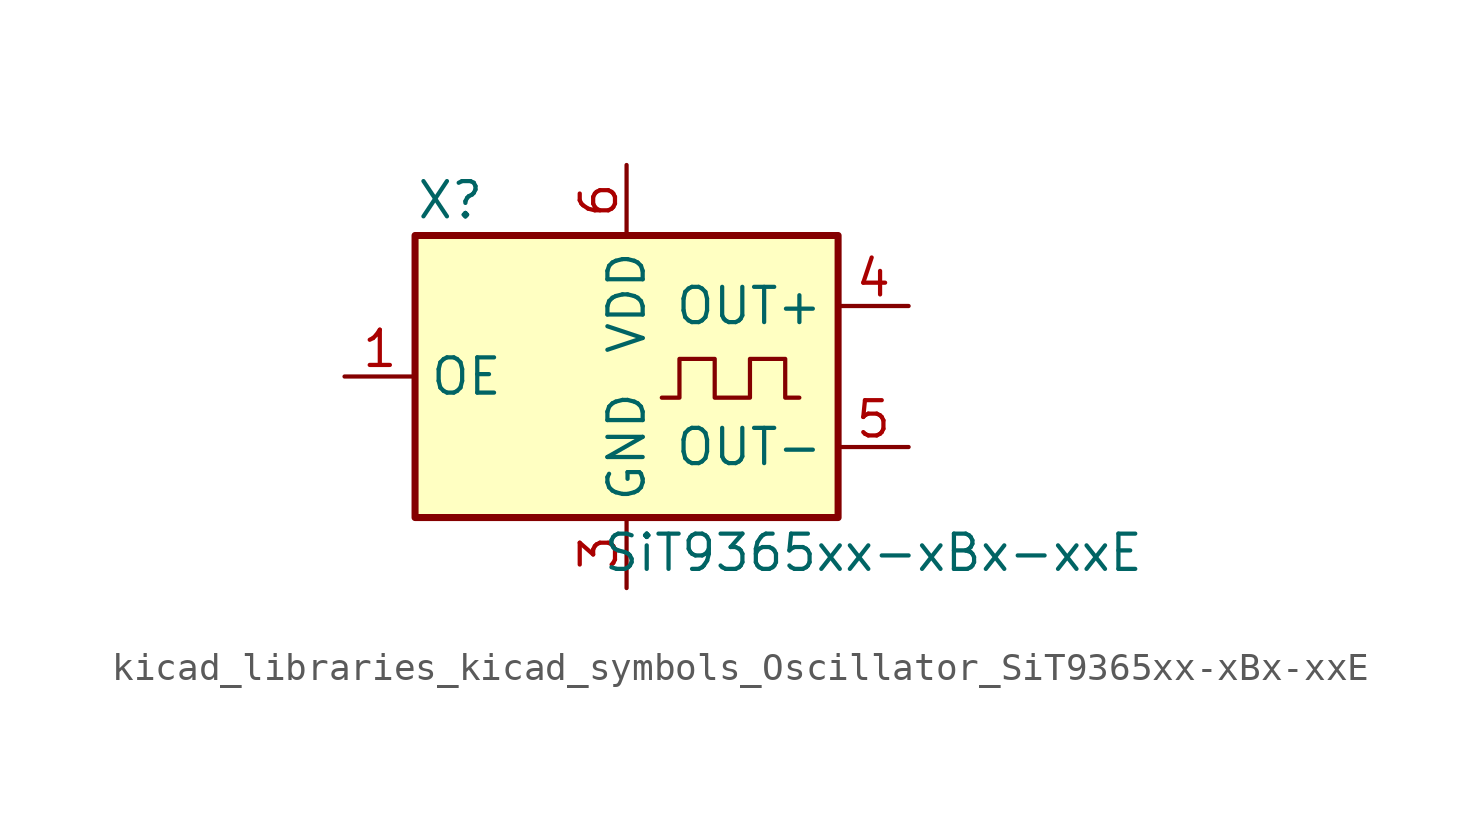
<source format=kicad_sym>
(kicad_symbol_lib
  (version 20220914)
  (generator kicad_symbol_editor)
  (symbol "kicad_libraries_kicad_symbols_Oscillator_SiT9365xx-xBx-xxE"
    (property "Reference" "X"
      (at -6.35 6.35 0)
      (effects (font (size 1.27 1.27))))
    (property "Value" "SiT9365xx-xBx-xxE"
      (at 8.89 -6.35 0)
      (effects (font (size 1.27 1.27))))
    (symbol "kicad_libraries_kicad_symbols_Oscillator_SiT9365xx-xBx-xxE_0_1"
      (rectangle (start -7.62 5.08) (end 7.62 -5.08) (stroke (width 0.254) (type default)) (fill (type background)))
      (polyline (pts (xy 1.27 -0.762) (xy 1.905 -0.762) (xy 1.905 0.635) (xy 3.175 0.635) (xy 3.175 -0.762) (xy 4.445 -0.762) (xy 4.445 0.635) (xy 5.715 0.635) (xy 5.715 -0.762) (xy 6.223 -0.762)) (stroke (width 0) (type default)) (fill (type none))))
    (symbol "kicad_libraries_kicad_symbols_Oscillator_SiT9365xx-xBx-xxE_1_1"
      (pin input line (at -10.16 0 0) (length 2.54) (name "OE" (effects (font (size 1.27 1.27)))) (number "1" (effects (font (size 1.27 1.27)))))
      (pin no_connect line (at -7.62 2.54 0) (length 2.54) hide (name "NC" (effects (font (size 1.27 1.27)))) (number "2" (effects (font (size 1.27 1.27)))))
      (pin power_in line (at 0 -7.62 90) (length 2.54) (name "GND" (effects (font (size 1.27 1.27)))) (number "3" (effects (font (size 1.27 1.27)))))
      (pin output line (at 10.16 2.54 180) (length 2.54) (name "OUT+" (effects (font (size 1.27 1.27)))) (number "4" (effects (font (size 1.27 1.27)))))
      (pin output line (at 10.16 -2.54 180) (length 2.54) (name "OUT-" (effects (font (size 1.27 1.27)))) (number "5" (effects (font (size 1.27 1.27)))))
      (pin power_in line (at 0 7.62 270) (length 2.54) (name "VDD" (effects (font (size 1.27 1.27)))) (number "6" (effects (font (size 1.27 1.27))))))))
</source>
